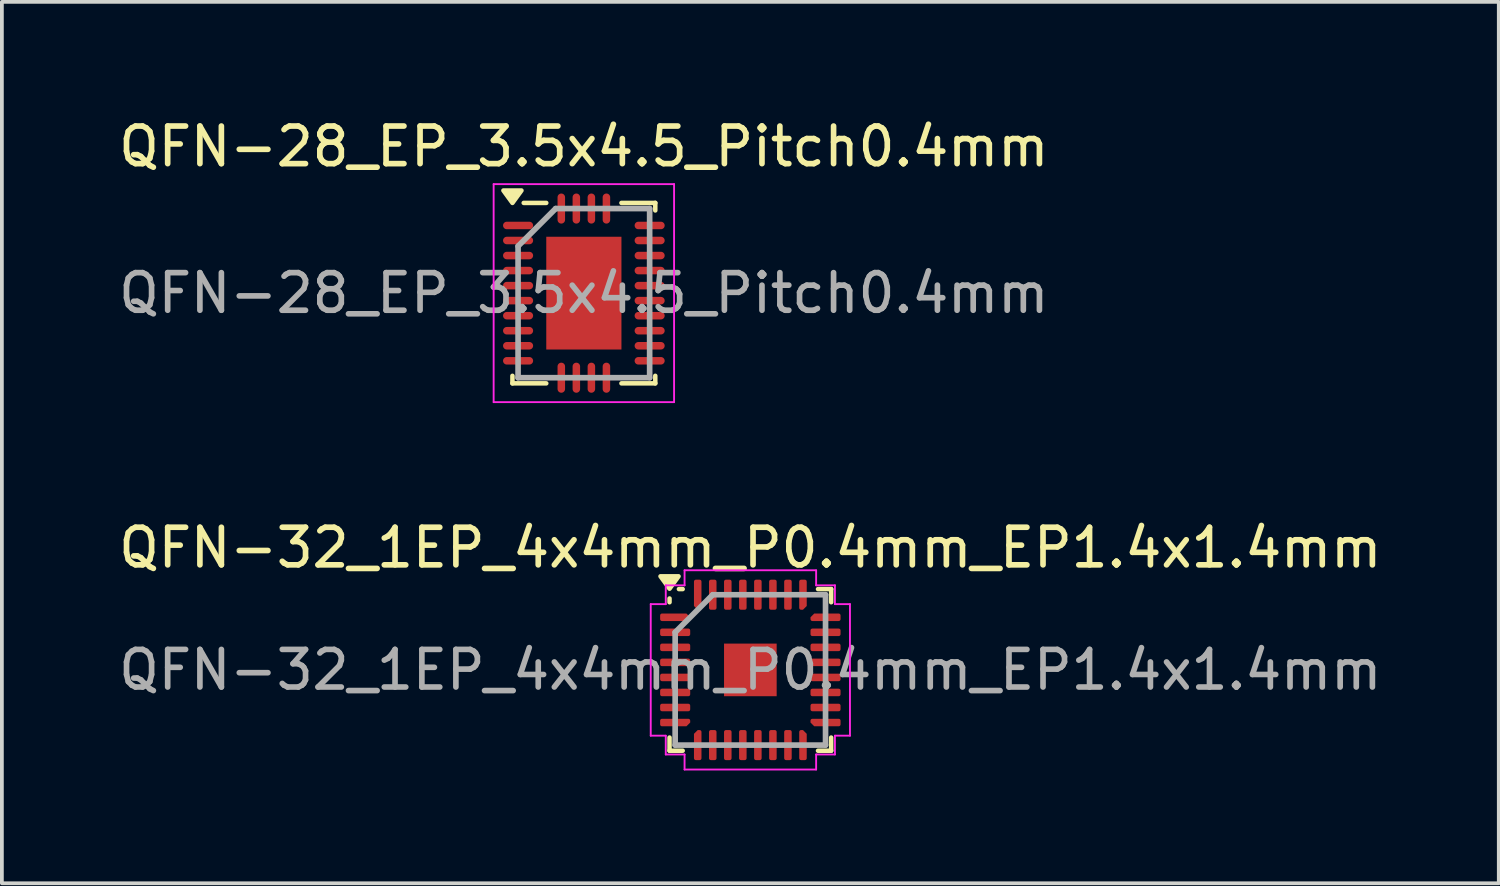
<source format=kicad_pcb>
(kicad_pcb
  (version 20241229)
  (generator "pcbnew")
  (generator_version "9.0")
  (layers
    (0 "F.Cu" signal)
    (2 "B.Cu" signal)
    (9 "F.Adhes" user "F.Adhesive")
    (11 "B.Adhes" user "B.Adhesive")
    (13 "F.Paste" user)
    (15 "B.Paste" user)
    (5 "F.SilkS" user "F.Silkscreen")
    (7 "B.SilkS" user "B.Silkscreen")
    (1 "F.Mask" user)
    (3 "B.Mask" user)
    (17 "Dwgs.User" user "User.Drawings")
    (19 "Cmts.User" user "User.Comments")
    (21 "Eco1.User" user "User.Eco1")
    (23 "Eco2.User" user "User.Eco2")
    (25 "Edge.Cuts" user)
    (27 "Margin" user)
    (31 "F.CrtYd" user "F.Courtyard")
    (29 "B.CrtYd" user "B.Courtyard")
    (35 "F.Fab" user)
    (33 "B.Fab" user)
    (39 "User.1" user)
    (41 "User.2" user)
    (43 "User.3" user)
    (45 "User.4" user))
  (footprint "QFN-32_1EP_4x4mm_P0.4mm_EP1.4x1.4mm"
    (layer "F.Cu")
    (at 16.911 14.771)
    (property "Reference" "QFN-32_1EP_4x4mm_P0.4mm_EP1.4x1.4mm" (at 0 -3.25 0) (layer "F.SilkS") (effects (font (size 1 1) (thickness 0.15))))
    (attr smd)
    (fp_line (start -2.15 -1.9) (end -2.15 -1.8) (stroke (width 0.12) (type default)) (layer "F.SilkS"))
    (fp_line (start -2.15 2.15) (end -2.15 1.8) (stroke (width 0.12) (type default)) (layer "F.SilkS"))
    (fp_line (start -1.8 -2.15) (end -1.9 -2.15) (stroke (width 0.12) (type default)) (layer "F.SilkS"))
    (fp_line (start -1.8 2.15) (end -2.15 2.15) (stroke (width 0.12) (type default)) (layer "F.SilkS"))
    (fp_line (start 1.8 -2.15) (end 2.15 -2.15) (stroke (width 0.12) (type default)) (layer "F.SilkS"))
    (fp_line (start 1.8 2.15) (end 2.15 2.15) (stroke (width 0.12) (type default)) (layer "F.SilkS"))
    (fp_line (start 2.15 -2.15) (end 2.15 -1.8) (stroke (width 0.12) (type default)) (layer "F.SilkS"))
    (fp_line (start 2.15 2.15) (end 2.15 1.8) (stroke (width 0.12) (type default)) (layer "F.SilkS"))
    (fp_poly (pts (xy -2.15 -2.16) (xy -2.39 -2.49) (xy -1.91 -2.49) (xy -2.15 -2.16)) (stroke (width 0.12) (type solid)) (fill yes) (layer "F.SilkS"))
    (fp_line (start -2.65 -1.75) (end -2.25 -1.75) (stroke (width 0.05) (type default)) (layer "F.CrtYd"))
    (fp_line (start -2.65 1.75) (end -2.65 -1.75) (stroke (width 0.05) (type default)) (layer "F.CrtYd"))
    (fp_line (start -2.25 -2.25) (end -1.75 -2.25) (stroke (width 0.05) (type default)) (layer "F.CrtYd"))
    (fp_line (start -2.25 -1.75) (end -2.25 -2.25) (stroke (width 0.05) (type default)) (layer "F.CrtYd"))
    (fp_line (start -2.25 1.75) (end -2.65 1.75) (stroke (width 0.05) (type default)) (layer "F.CrtYd"))
    (fp_line (start -2.25 2.25) (end -2.25 1.75) (stroke (width 0.05) (type default)) (layer "F.CrtYd"))
    (fp_line (start -1.75 -2.65) (end 1.75 -2.65) (stroke (width 0.05) (type default)) (layer "F.CrtYd"))
    (fp_line (start -1.75 -2.25) (end -1.75 -2.65) (stroke (width 0.05) (type default)) (layer "F.CrtYd"))
    (fp_line (start -1.75 2.25) (end -2.25 2.25) (stroke (width 0.05) (type default)) (layer "F.CrtYd"))
    (fp_line (start -1.75 2.65) (end -1.75 2.25) (stroke (width 0.05) (type default)) (layer "F.CrtYd"))
    (fp_line (start 1.75 -2.65) (end 1.75 -2.25) (stroke (width 0.05) (type default)) (layer "F.CrtYd"))
    (fp_line (start 1.75 -2.25) (end 2.25 -2.25) (stroke (width 0.05) (type default)) (layer "F.CrtYd"))
    (fp_line (start 1.75 2.25) (end 1.75 2.65) (stroke (width 0.05) (type default)) (layer "F.CrtYd"))
    (fp_line (start 1.75 2.65) (end -1.75 2.65) (stroke (width 0.05) (type default)) (layer "F.CrtYd"))
    (fp_line (start 2.25 -2.25) (end 2.25 -1.75) (stroke (width 0.05) (type default)) (layer "F.CrtYd"))
    (fp_line (start 2.25 -1.75) (end 2.65 -1.75) (stroke (width 0.05) (type default)) (layer "F.CrtYd"))
    (fp_line (start 2.25 1.75) (end 2.25 2.25) (stroke (width 0.05) (type default)) (layer "F.CrtYd"))
    (fp_line (start 2.25 2.25) (end 1.75 2.25) (stroke (width 0.05) (type default)) (layer "F.CrtYd"))
    (fp_line (start 2.65 -1.75) (end 2.65 1.75) (stroke (width 0.05) (type default)) (layer "F.CrtYd"))
    (fp_line (start 2.65 1.75) (end 2.25 1.75) (stroke (width 0.05) (type default)) (layer "F.CrtYd"))
    (fp_line (start -2 -1) (end -2 2) (stroke (width 0.15) (type default)) (layer "F.Fab"))
    (fp_line (start -2 2) (end 2 2) (stroke (width 0.15) (type default)) (layer "F.Fab"))
    (fp_line (start -1 -2) (end -2 -1) (stroke (width 0.15) (type default)) (layer "F.Fab"))
    (fp_line (start 2 -2) (end -1 -2) (stroke (width 0.15) (type default)) (layer "F.Fab"))
    (fp_line (start 2 2) (end 2 -2) (stroke (width 0.15) (type default)) (layer "F.Fab"))
    (fp_text user "${REFERENCE}" (at 0 0 0) (layer "F.Fab") (effects (font (size 1 1) (thickness 0.15))))
    (pad "" smd rect (at -0.525 -0.525) (size 0.000001 0.000001) (layers "F.Paste"))
    (pad "" smd rect (at -0.525 -0.175) (size 0.000001 0.000001) (layers "F.Paste"))
    (pad "" smd rect (at -0.525 0.175) (size 0.000001 0.000001) (layers "F.Paste"))
    (pad "" smd rect (at -0.525 0.525) (size 0.000001 0.000001) (layers "F.Paste"))
    (pad "" smd rect (at -0.175 -0.525) (size 0.000001 0.000001) (layers "F.Paste"))
    (pad "" smd rect (at -0.175 -0.175) (size 0.000001 0.000001) (layers "F.Paste"))
    (pad "" smd rect (at -0.175 0.175) (size 0.000001 0.000001) (layers "F.Paste"))
    (pad "" smd rect (at -0.175 0.525) (size 0.000001 0.000001) (layers "F.Paste"))
    (pad "" smd rect (at 0.175 -0.525) (size 0.000001 0.000001) (layers "F.Paste"))
    (pad "" smd rect (at 0.175 -0.175) (size 0.000001 0.000001) (layers "F.Paste"))
    (pad "" smd rect (at 0.175 0.175) (size 0.000001 0.000001) (layers "F.Paste"))
    (pad "" smd rect (at 0.175 0.525) (size 0.000001 0.000001) (layers "F.Paste"))
    (pad "" smd rect (at 0.525 -0.525) (size 0.000001 0.000001) (layers "F.Paste"))
    (pad "" smd rect (at 0.525 -0.175) (size 0.000001 0.000001) (layers "F.Paste"))
    (pad "" smd rect (at 0.525 0.175) (size 0.000001 0.000001) (layers "F.Paste"))
    (pad "" smd rect (at 0.525 0.525) (size 0.000001 0.000001) (layers "F.Paste"))
    (pad "1" smd roundrect (at -2 -1.4) (size 0.8 0.2) (layers "F.Cu" "F.Mask" "F.Paste") (roundrect_rratio 0.25) (chamfer_ratio 0.5) (chamfer top_right))
    (pad "2" smd roundrect (at -2 -1) (size 0.8 0.2) (layers "F.Cu" "F.Mask" "F.Paste") (roundrect_rratio 0.25))
    (pad "3" smd roundrect (at -2 -0.6) (size 0.8 0.2) (layers "F.Cu" "F.Mask" "F.Paste") (roundrect_rratio 0.25))
    (pad "4" smd roundrect (at -2 -0.2) (size 0.8 0.2) (layers "F.Cu" "F.Mask" "F.Paste") (roundrect_rratio 0.25))
    (pad "5" smd roundrect (at -2 0.2) (size 0.8 0.2) (layers "F.Cu" "F.Mask" "F.Paste") (roundrect_rratio 0.25))
    (pad "6" smd roundrect (at -2 0.6) (size 0.8 0.2) (layers "F.Cu" "F.Mask" "F.Paste") (roundrect_rratio 0.25))
    (pad "7" smd roundrect (at -2 1) (size 0.8 0.2) (layers "F.Cu" "F.Mask" "F.Paste") (roundrect_rratio 0.25))
    (pad "8" smd roundrect (at -2 1.4) (size 0.8 0.2) (layers "F.Cu" "F.Mask" "F.Paste") (roundrect_rratio 0.25) (chamfer_ratio 0.5) (chamfer bottom_right))
    (pad "9" smd roundrect (at -1.4 2) (size 0.2 0.8) (layers "F.Cu" "F.Mask" "F.Paste") (roundrect_rratio 0.25) (chamfer_ratio 0.5) (chamfer top_left))
    (pad "10" smd roundrect (at -1 2) (size 0.2 0.8) (layers "F.Cu" "F.Mask" "F.Paste") (roundrect_rratio 0.25))
    (pad "11" smd roundrect (at -0.6 2) (size 0.2 0.8) (layers "F.Cu" "F.Mask" "F.Paste") (roundrect_rratio 0.25))
    (pad "12" smd roundrect (at -0.2 2) (size 0.2 0.8) (layers "F.Cu" "F.Mask" "F.Paste") (roundrect_rratio 0.25))
    (pad "13" smd roundrect (at 0.2 2) (size 0.2 0.8) (layers "F.Cu" "F.Mask" "F.Paste") (roundrect_rratio 0.25))
    (pad "14" smd roundrect (at 0.6 2) (size 0.2 0.8) (layers "F.Cu" "F.Mask" "F.Paste") (roundrect_rratio 0.25))
    (pad "15" smd roundrect (at 1 2) (size 0.2 0.8) (layers "F.Cu" "F.Mask" "F.Paste") (roundrect_rratio 0.25))
    (pad "16" smd roundrect (at 1.4 2) (size 0.2 0.8) (layers "F.Cu" "F.Mask" "F.Paste") (roundrect_rratio 0.25) (chamfer_ratio 0.5) (chamfer top_right))
    (pad "17" smd roundrect (at 2 1.4) (size 0.8 0.2) (layers "F.Cu" "F.Mask" "F.Paste") (roundrect_rratio 0.25) (chamfer_ratio 0.5) (chamfer bottom_left))
    (pad "18" smd roundrect (at 2 1) (size 0.8 0.2) (layers "F.Cu" "F.Mask" "F.Paste") (roundrect_rratio 0.25))
    (pad "19" smd roundrect (at 2 0.6) (size 0.8 0.2) (layers "F.Cu" "F.Mask" "F.Paste") (roundrect_rratio 0.25))
    (pad "20" smd roundrect (at 2 0.2) (size 0.8 0.2) (layers "F.Cu" "F.Mask" "F.Paste") (roundrect_rratio 0.25))
    (pad "21" smd roundrect (at 2 -0.2) (size 0.8 0.2) (layers "F.Cu" "F.Mask" "F.Paste") (roundrect_rratio 0.25))
    (pad "22" smd roundrect (at 2 -0.6) (size 0.8 0.2) (layers "F.Cu" "F.Mask" "F.Paste") (roundrect_rratio 0.25))
    (pad "23" smd roundrect (at 2 -1) (size 0.8 0.2) (layers "F.Cu" "F.Mask" "F.Paste") (roundrect_rratio 0.25))
    (pad "24" smd roundrect (at 2 -1.4) (size 0.8 0.2) (layers "F.Cu" "F.Mask" "F.Paste") (roundrect_rratio 0.25) (chamfer_ratio 0.5) (chamfer top_left))
    (pad "25" smd roundrect (at 1.4 -2) (size 0.2 0.8) (layers "F.Cu" "F.Mask" "F.Paste") (roundrect_rratio 0.25) (chamfer_ratio 0.5) (chamfer bottom_right))
    (pad "26" smd roundrect (at 1 -2) (size 0.2 0.8) (layers "F.Cu" "F.Mask" "F.Paste") (roundrect_rratio 0.25))
    (pad "27" smd roundrect (at 0.6 -2) (size 0.2 0.8) (layers "F.Cu" "F.Mask" "F.Paste") (roundrect_rratio 0.25))
    (pad "28" smd roundrect (at 0.2 -2) (size 0.2 0.8) (layers "F.Cu" "F.Mask" "F.Paste") (roundrect_rratio 0.25))
    (pad "29" smd roundrect (at -0.2 -2) (size 0.2 0.8) (layers "F.Cu" "F.Mask" "F.Paste") (roundrect_rratio 0.25))
    (pad "30" smd roundrect (at -0.6 -2) (size 0.2 0.8) (layers "F.Cu" "F.Mask" "F.Paste") (roundrect_rratio 0.25))
    (pad "31" smd roundrect (at -1 -2) (size 0.2 0.8) (layers "F.Cu" "F.Mask" "F.Paste") (roundrect_rratio 0.25))
    (pad "32" smd roundrect (at -1.4 -2) (size 0.2 0.8) (layers "F.Cu" "F.Mask" "F.Paste") (roundrect_rratio 0.25) (chamfer_ratio 0.5) (chamfer bottom_left))
    (pad "33" smd rect (at 0 0) (size 1.4 1.4) (layers "F.Cu" "F.Mask")))
  (footprint "QFN-28_EP_3.5x4.5_Pitch0.4mm"
    (layer "F.Cu")
    (at 12.482 4.748)
    (property "Reference" "QFN-28_EP_3.5x4.5_Pitch0.4mm" (at 0 -3.9 0) (layer "F.SilkS") (effects (font (size 1 1) (thickness 0.15))))
    (attr smd)
    (fp_line (start -1.9 2.4) (end -1.9 2.2) (stroke (width 0.12) (type default)) (layer "F.SilkS"))
    (fp_line (start -1 -2.4) (end -1.6 -2.4) (stroke (width 0.12) (type default)) (layer "F.SilkS"))
    (fp_line (start -1 2.4) (end -1.9 2.4) (stroke (width 0.12) (type default)) (layer "F.SilkS"))
    (fp_line (start 1 -2.4) (end 1.9 -2.4) (stroke (width 0.12) (type default)) (layer "F.SilkS"))
    (fp_line (start 1 2.4) (end 1.9 2.4) (stroke (width 0.12) (type default)) (layer "F.SilkS"))
    (fp_line (start 1.9 -2.4) (end 1.9 -2.2) (stroke (width 0.12) (type default)) (layer "F.SilkS"))
    (fp_line (start 1.9 2.4) (end 1.9 2.2) (stroke (width 0.12) (type default)) (layer "F.SilkS"))
    (fp_poly (pts (xy -1.9 -2.4) (xy -2.14 -2.73) (xy -1.66 -2.73) (xy -1.9 -2.4)) (stroke (width 0.12) (type solid)) (fill yes) (layer "F.SilkS"))
    (fp_line (start -2.4 -2.9) (end 2.4 -2.9) (stroke (width 0.05) (type default)) (layer "F.CrtYd"))
    (fp_line (start -2.4 2.9) (end -2.4 -2.9) (stroke (width 0.05) (type default)) (layer "F.CrtYd"))
    (fp_line (start 2.4 -2.9) (end 2.4 2.9) (stroke (width 0.05) (type default)) (layer "F.CrtYd"))
    (fp_line (start 2.4 2.9) (end -2.4 2.9) (stroke (width 0.05) (type default)) (layer "F.CrtYd"))
    (fp_line (start -1.75 -1.25) (end -1.75 2.25) (stroke (width 0.15) (type default)) (layer "F.Fab"))
    (fp_line (start -1.75 2.25) (end 1.75 2.25) (stroke (width 0.15) (type default)) (layer "F.Fab"))
    (fp_line (start -0.75 -2.25) (end -1.75 -1.25) (stroke (width 0.15) (type default)) (layer "F.Fab"))
    (fp_line (start 1.75 -2.25) (end -0.75 -2.25) (stroke (width 0.15) (type default)) (layer "F.Fab"))
    (fp_line (start 1.75 2.25) (end 1.75 -2.25) (stroke (width 0.15) (type default)) (layer "F.Fab"))
    (fp_text user "${REFERENCE}" (at 0 0 0) (layer "F.Fab") (effects (font (size 1 1) (thickness 0.15))))
    (pad "" smd rect (at -0.75 -1.125) (size 0.25 0.5) (layers "F.Paste"))
    (pad "" smd rect (at -0.75 -0.375) (size 0.25 0.5) (layers "F.Paste"))
    (pad "" smd rect (at -0.75 0.375) (size 0.25 0.5) (layers "F.Paste"))
    (pad "" smd rect (at -0.75 1.125) (size 0.25 0.5) (layers "F.Paste"))
    (pad "" smd rect (at -0.25 -1.125) (size 0.25 0.5) (layers "F.Paste"))
    (pad "" smd rect (at -0.25 -0.375) (size 0.25 0.5) (layers "F.Paste"))
    (pad "" smd rect (at -0.25 0.375) (size 0.25 0.5) (layers "F.Paste"))
    (pad "" smd rect (at -0.25 1.125) (size 0.25 0.5) (layers "F.Paste"))
    (pad "" smd rect (at 0.25 -1.125) (size 0.25 0.5) (layers "F.Paste"))
    (pad "" smd rect (at 0.25 -0.375) (size 0.25 0.5) (layers "F.Paste"))
    (pad "" smd rect (at 0.25 0.375) (size 0.25 0.5) (layers "F.Paste"))
    (pad "" smd rect (at 0.25 1.125) (size 0.25 0.5) (layers "F.Paste"))
    (pad "" smd rect (at 0.75 -1.125) (size 0.25 0.5) (layers "F.Paste"))
    (pad "" smd rect (at 0.75 -0.375) (size 0.25 0.5) (layers "F.Paste"))
    (pad "" smd rect (at 0.75 0.375) (size 0.25 0.5) (layers "F.Paste"))
    (pad "" smd rect (at 0.75 1.125) (size 0.25 0.5) (layers "F.Paste"))
    (pad "1" smd oval (at -1.75 -1.8 90) (size 0.2 0.8) (layers "F.Cu" "F.Mask" "F.Paste"))
    (pad "2" smd oval (at -1.75 -1.4 90) (size 0.2 0.8) (layers "F.Cu" "F.Mask" "F.Paste"))
    (pad "3" smd oval (at -1.75 -1 90) (size 0.2 0.8) (layers "F.Cu" "F.Mask" "F.Paste"))
    (pad "4" smd oval (at -1.75 -0.6 90) (size 0.2 0.8) (layers "F.Cu" "F.Mask" "F.Paste"))
    (pad "5" smd oval (at -1.75 -0.2 90) (size 0.2 0.8) (layers "F.Cu" "F.Mask" "F.Paste"))
    (pad "6" smd oval (at -1.75 0.2 90) (size 0.2 0.8) (layers "F.Cu" "F.Mask" "F.Paste"))
    (pad "7" smd oval (at -1.75 0.6 90) (size 0.2 0.8) (layers "F.Cu" "F.Mask" "F.Paste"))
    (pad "8" smd oval (at -1.75 1 90) (size 0.2 0.8) (layers "F.Cu" "F.Mask" "F.Paste"))
    (pad "9" smd oval (at -1.75 1.4 90) (size 0.2 0.8) (layers "F.Cu" "F.Mask" "F.Paste"))
    (pad "10" smd oval (at -1.75 1.8 90) (size 0.2 0.8) (layers "F.Cu" "F.Mask" "F.Paste"))
    (pad "11" smd oval (at -0.6 2.25) (size 0.2 0.8) (layers "F.Cu" "F.Mask" "F.Paste"))
    (pad "12" smd oval (at -0.2 2.25) (size 0.2 0.8) (layers "F.Cu" "F.Mask" "F.Paste"))
    (pad "13" smd oval (at 0.2 2.25) (size 0.2 0.8) (layers "F.Cu" "F.Mask" "F.Paste"))
    (pad "14" smd oval (at 0.6 2.25) (size 0.2 0.8) (layers "F.Cu" "F.Mask" "F.Paste"))
    (pad "15" smd oval (at 1.75 1.8 90) (size 0.2 0.8) (layers "F.Cu" "F.Mask" "F.Paste"))
    (pad "16" smd oval (at 1.75 1.4 90) (size 0.2 0.8) (layers "F.Cu" "F.Mask" "F.Paste"))
    (pad "17" smd oval (at 1.75 1 90) (size 0.2 0.8) (layers "F.Cu" "F.Mask" "F.Paste"))
    (pad "18" smd oval (at 1.75 0.6 90) (size 0.2 0.8) (layers "F.Cu" "F.Mask" "F.Paste"))
    (pad "19" smd oval (at 1.75 0.2 90) (size 0.2 0.8) (layers "F.Cu" "F.Mask" "F.Paste"))
    (pad "20" smd oval (at 1.75 -0.2 90) (size 0.2 0.8) (layers "F.Cu" "F.Mask" "F.Paste"))
    (pad "21" smd oval (at 1.75 -0.6 90) (size 0.2 0.8) (layers "F.Cu" "F.Mask" "F.Paste"))
    (pad "22" smd oval (at 1.75 -1 90) (size 0.2 0.8) (layers "F.Cu" "F.Mask" "F.Paste"))
    (pad "23" smd oval (at 1.75 -1.4 90) (size 0.2 0.8) (layers "F.Cu" "F.Mask" "F.Paste"))
    (pad "24" smd oval (at 1.75 -1.8 90) (size 0.2 0.8) (layers "F.Cu" "F.Mask" "F.Paste"))
    (pad "25" smd oval (at 0.6 -2.25) (size 0.2 0.8) (layers "F.Cu" "F.Mask" "F.Paste"))
    (pad "26" smd oval (at 0.2 -2.25) (size 0.2 0.8) (layers "F.Cu" "F.Mask" "F.Paste"))
    (pad "27" smd oval (at -0.2 -2.25) (size 0.2 0.8) (layers "F.Cu" "F.Mask" "F.Paste"))
    (pad "28" smd oval (at -0.6 -2.25) (size 0.2 0.8) (layers "F.Cu" "F.Mask" "F.Paste"))
    (pad "29" smd rect (at 0 0) (size 2 3) (layers "F.Cu" "F.Mask")))
  (gr_rect
    (start -3 -3)
    (end 36.821 20.447)
    (stroke (width 0.1) (type default))
    (fill no)
    (layer "Edge.Cuts")))
</source>
